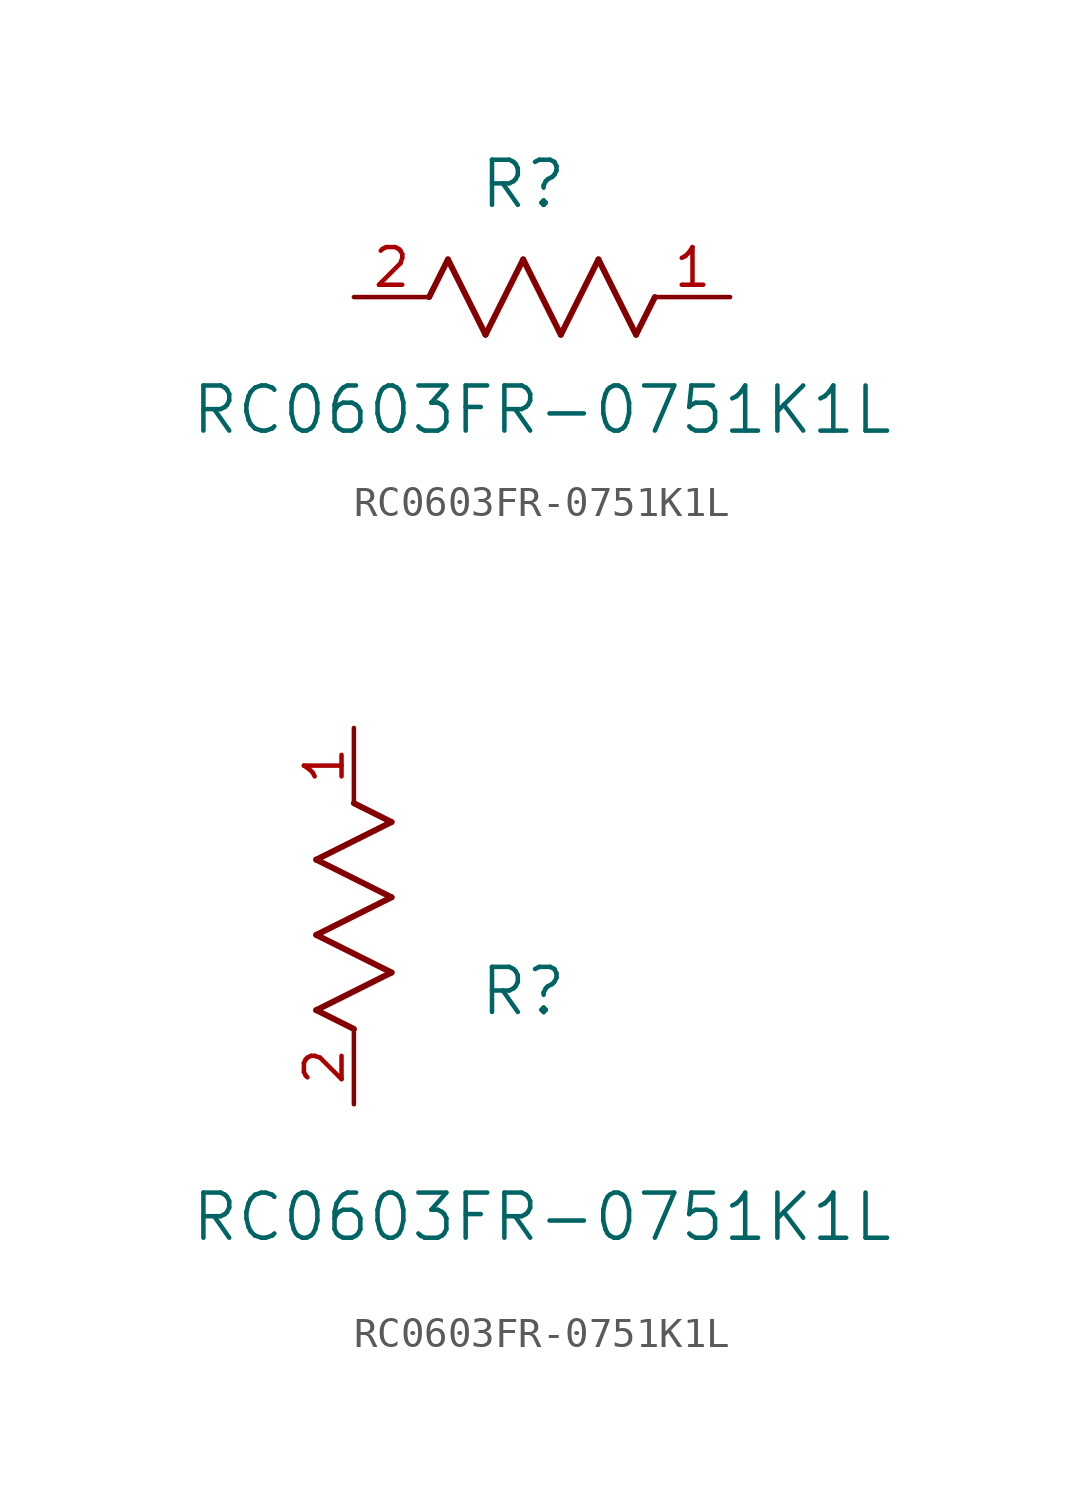
<source format=kicad_sym>
(kicad_symbol_lib
  (version 20211014)
  (generator kicad_symbol_editor)
  (symbol "RC0603FR-0751K1L"
    (pin_names
      (offset 0.254))
    (property "Reference" "R"
      (at 5.715 3.81 0)
      (effects (font (size 1.524 1.524))))
    (property "Value" "RC0603FR-0751K1L"
      (at 6.35 -3.81 0)
      (effects (font (size 1.524 1.524))))
    (symbol "RC0603FR-0751K1L_1_1"
      (polyline (pts (xy 3.175 1.27) (xy 4.445 -1.27)) (stroke (width 0.203) (type default) (color 0 0 0 0)) (fill (type none)))
      (polyline (pts (xy 4.445 -1.27) (xy 5.715 1.27)) (stroke (width 0.203) (type default) (color 0 0 0 0)) (fill (type none)))
      (polyline (pts (xy 5.715 1.27) (xy 6.985 -1.27)) (stroke (width 0.203) (type default) (color 0 0 0 0)) (fill (type none)))
      (polyline (pts (xy 6.985 -1.27) (xy 8.255 1.27)) (stroke (width 0.203) (type default) (color 0 0 0 0)) (fill (type none)))
      (polyline (pts (xy 8.255 1.27) (xy 9.525 -1.27)) (stroke (width 0.203) (type default) (color 0 0 0 0)) (fill (type none)))
      (polyline (pts (xy 2.54 0) (xy 3.175 1.27)) (stroke (width 0.203) (type default) (color 0 0 0 0)) (fill (type none)))
      (polyline (pts (xy 9.525 -1.27) (xy 10.16 0)) (stroke (width 0.203) (type default) (color 0 0 0 0)) (fill (type none)))
      (pin unspecified line (at 12.7 0 180) (length 2.54) (name "" (effects (font (size 1.27 1.27)))) (number "1" (effects (font (size 1.27 1.27)))))
      (pin unspecified line (at 0 0 0) (length 2.54) (name "" (effects (font (size 1.27 1.27)))) (number "2" (effects (font (size 1.27 1.27))))))
    (symbol "RC0603FR-0751K1L_1_2"
      (polyline (pts (xy 0 2.54) (xy -1.27 3.175)) (stroke (width 0.203) (type default) (color 0 0 0 0)) (fill (type none)))
      (polyline (pts (xy -1.27 3.175) (xy 1.27 4.445)) (stroke (width 0.203) (type default) (color 0 0 0 0)) (fill (type none)))
      (polyline (pts (xy 1.27 4.445) (xy -1.27 5.715)) (stroke (width 0.203) (type default) (color 0 0 0 0)) (fill (type none)))
      (polyline (pts (xy -1.27 5.715) (xy 1.27 6.985)) (stroke (width 0.203) (type default) (color 0 0 0 0)) (fill (type none)))
      (polyline (pts (xy -1.27 8.255) (xy 1.27 9.525)) (stroke (width 0.203) (type default) (color 0 0 0 0)) (fill (type none)))
      (polyline (pts (xy 1.27 9.525) (xy 0 10.16)) (stroke (width 0.203) (type default) (color 0 0 0 0)) (fill (type none)))
      (polyline (pts (xy 1.27 6.985) (xy -1.27 8.255)) (stroke (width 0.203) (type default) (color 0 0 0 0)) (fill (type none)))
      (pin unspecified line (at 0 12.7 270) (length 2.54) (name "" (effects (font (size 1.27 1.27)))) (number "1" (effects (font (size 1.27 1.27)))))
      (pin unspecified line (at 0 0 90) (length 2.54) (name "" (effects (font (size 1.27 1.27)))) (number "2" (effects (font (size 1.27 1.27))))))))
</source>
